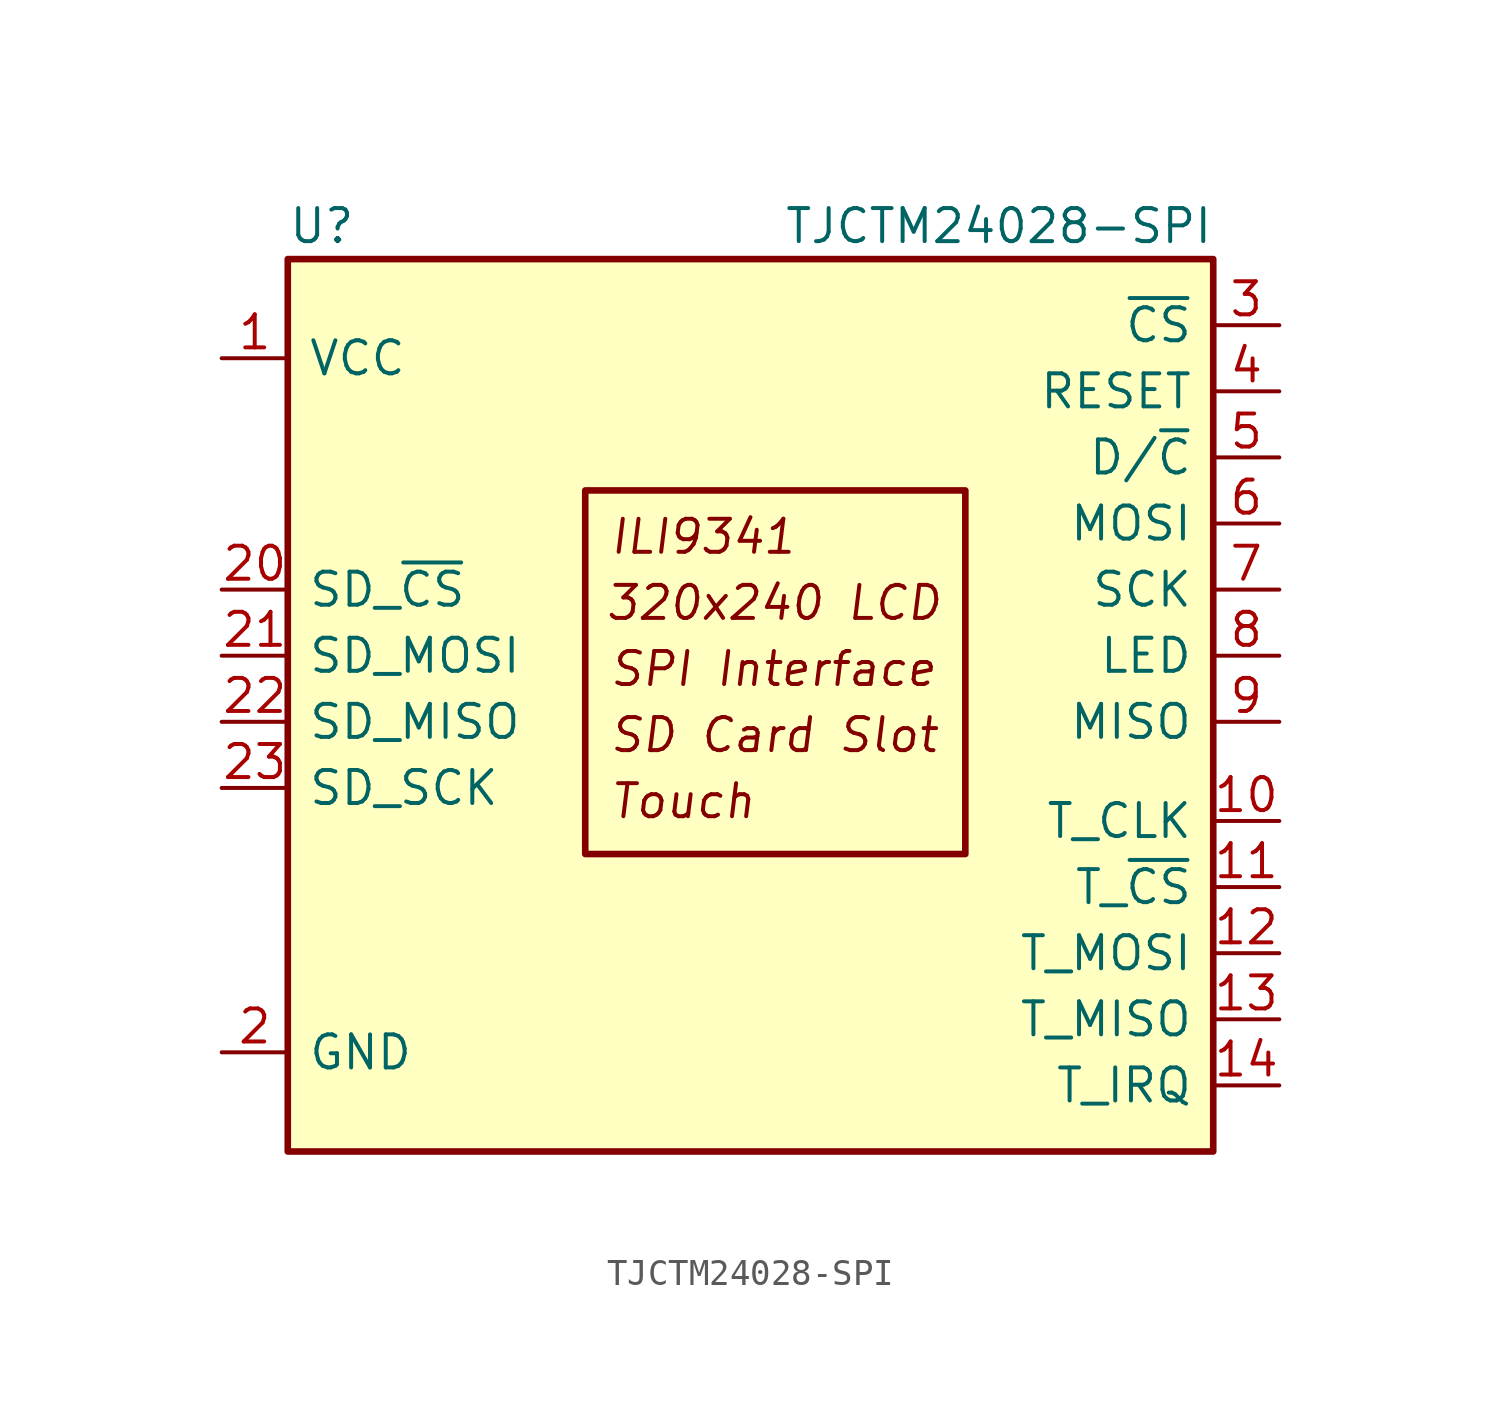
<source format=kicad_sym>
(kicad_symbol_lib
  (version 20220914)
  (generator kicad_symbol_editor)
  (symbol "TJCTM24028-SPI"
    (pin_names
      (offset 0.762))
    (property "Reference" "U"
      (at -17.78 17.78 0)
      (effects (font (size 1.27 1.27)) (justify left)))
    (property "Value" "TJCTM24028-SPI"
      (at 1.27 17.78 0)
      (effects (font (size 1.27 1.27)) (justify left)))
    (symbol "TJCTM24028-SPI_0_0"
      (text "320x240 LCD" (at 0.889 3.302 0) (effects (font (size 1.27 1.27) italic)))
      (text "ILI9341" (at -5.461 5.842 0) (effects (font (size 1.27 1.27) italic) (justify left)))
      (text "SD Card Slot" (at -5.461 -1.778 0) (effects (font (size 1.27 1.27) italic) (justify left)))
      (text "SPI Interface" (at -5.461 0.762 0) (effects (font (size 1.27 1.27) italic) (justify left)))
      (text "Touch" (at -5.461 -4.318 0) (effects (font (size 1.27 1.27) italic) (justify left))))
    (symbol "TJCTM24028-SPI_0_1"
      (rectangle (start -17.78 16.51) (end 17.78 -17.78) (stroke (width 0.254) (type solid)) (fill (type background)))
      (rectangle (start -6.35 7.62) (end 8.255 -6.35) (stroke (width 0.254) (type solid)) (fill (type none))))
    (symbol "TJCTM24028-SPI_1_1"
      (pin power_in line (at -20.32 12.7 0) (length 2.54) (name "VCC" (effects (font (size 1.27 1.27)))) (number "1" (effects (font (size 1.27 1.27)))))
      (pin input line (at 20.32 -5.08 180) (length 2.54) (name "T_CLK" (effects (font (size 1.27 1.27)))) (number "10" (effects (font (size 1.27 1.27)))))
      (pin input line (at 20.32 -7.62 180) (length 2.54) (name "T_~{CS}" (effects (font (size 1.27 1.27)))) (number "11" (effects (font (size 1.27 1.27)))))
      (pin input line (at 20.32 -10.16 180) (length 2.54) (name "T_MOSI" (effects (font (size 1.27 1.27)))) (number "12" (effects (font (size 1.27 1.27)))))
      (pin bidirectional line (at 20.32 -12.7 180) (length 2.54) (name "T_MISO" (effects (font (size 1.27 1.27)))) (number "13" (effects (font (size 1.27 1.27)))))
      (pin output line (at 20.32 -15.24 180) (length 2.54) (name "T_IRQ" (effects (font (size 1.27 1.27)))) (number "14" (effects (font (size 1.27 1.27)))))
      (pin power_in line (at -20.32 -13.97 0) (length 2.54) (name "GND" (effects (font (size 1.27 1.27)))) (number "2" (effects (font (size 1.27 1.27)))))
      (pin input line (at -20.32 3.81 0) (length 2.54) (name "SD_~{CS}" (effects (font (size 1.27 1.27)))) (number "20" (effects (font (size 1.27 1.27)))))
      (pin input line (at -20.32 1.27 0) (length 2.54) (name "SD_MOSI" (effects (font (size 1.27 1.27)))) (number "21" (effects (font (size 1.27 1.27)))))
      (pin output line (at -20.32 -1.27 0) (length 2.54) (name "SD_MISO" (effects (font (size 1.27 1.27)))) (number "22" (effects (font (size 1.27 1.27)))))
      (pin input line (at -20.32 -3.81 0) (length 2.54) (name "SD_SCK" (effects (font (size 1.27 1.27)))) (number "23" (effects (font (size 1.27 1.27)))))
      (pin input line (at 20.32 13.97 180) (length 2.54) (name "~{CS}" (effects (font (size 1.27 1.27)))) (number "3" (effects (font (size 1.27 1.27)))))
      (pin input line (at 20.32 11.43 180) (length 2.54) (name "RESET" (effects (font (size 1.27 1.27)))) (number "4" (effects (font (size 1.27 1.27)))))
      (pin input line (at 20.32 8.89 180) (length 2.54) (name "D/~{C}" (effects (font (size 1.27 1.27)))) (number "5" (effects (font (size 1.27 1.27)))))
      (pin input line (at 20.32 6.35 180) (length 2.54) (name "MOSI" (effects (font (size 1.27 1.27)))) (number "6" (effects (font (size 1.27 1.27)))))
      (pin input line (at 20.32 3.81 180) (length 2.54) (name "SCK" (effects (font (size 1.27 1.27)))) (number "7" (effects (font (size 1.27 1.27)))))
      (pin input line (at 20.32 1.27 180) (length 2.54) (name "LED" (effects (font (size 1.27 1.27)))) (number "8" (effects (font (size 1.27 1.27)))))
      (pin bidirectional line (at 20.32 -1.27 180) (length 2.54) (name "MISO" (effects (font (size 1.27 1.27)))) (number "9" (effects (font (size 1.27 1.27))))))))
</source>
